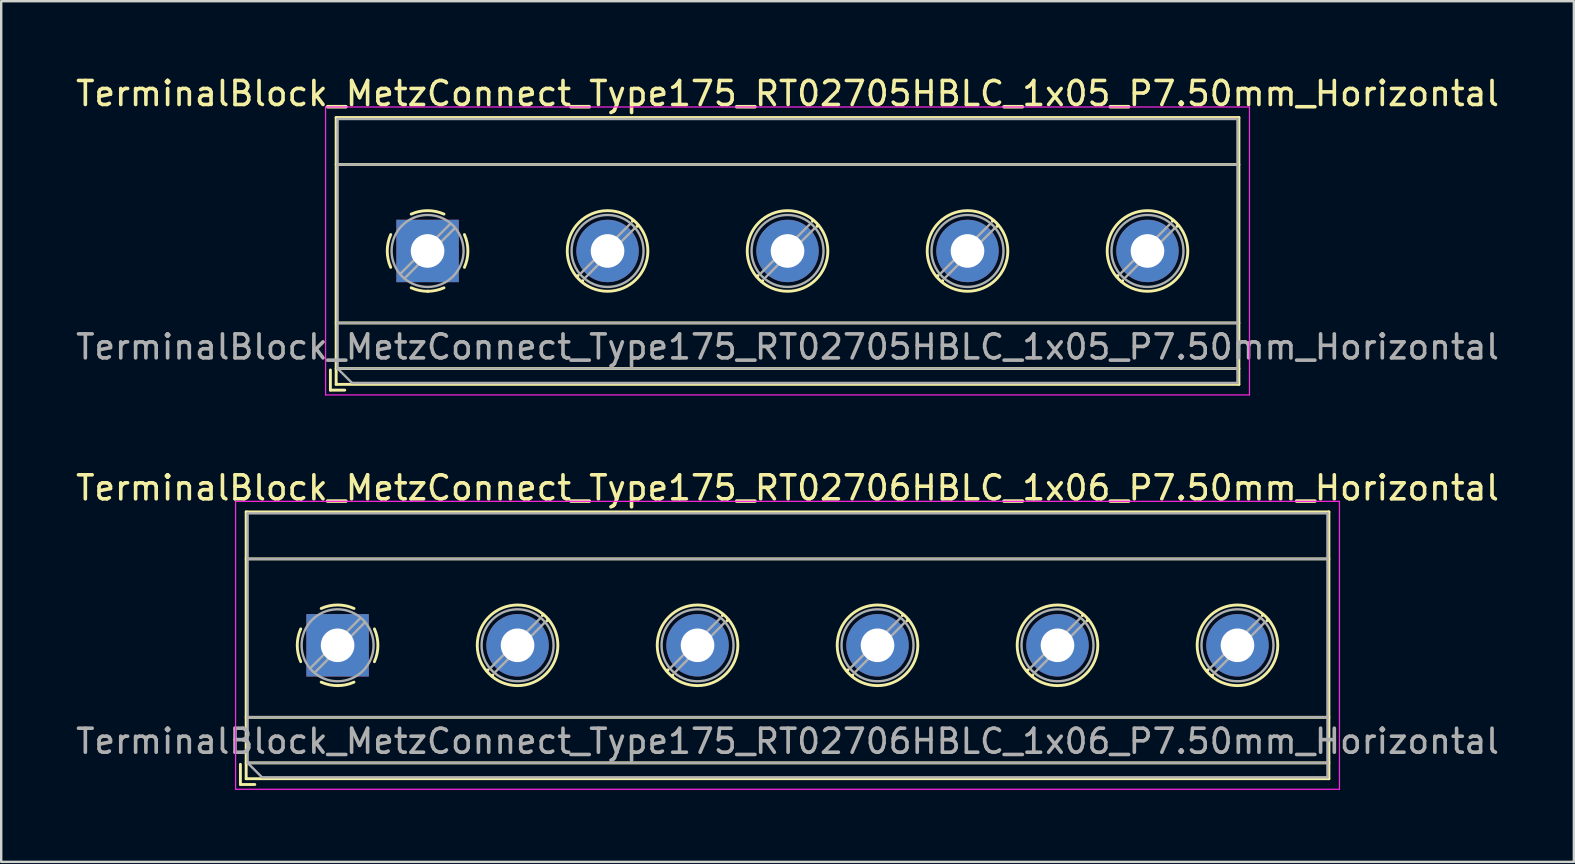
<source format=kicad_pcb>
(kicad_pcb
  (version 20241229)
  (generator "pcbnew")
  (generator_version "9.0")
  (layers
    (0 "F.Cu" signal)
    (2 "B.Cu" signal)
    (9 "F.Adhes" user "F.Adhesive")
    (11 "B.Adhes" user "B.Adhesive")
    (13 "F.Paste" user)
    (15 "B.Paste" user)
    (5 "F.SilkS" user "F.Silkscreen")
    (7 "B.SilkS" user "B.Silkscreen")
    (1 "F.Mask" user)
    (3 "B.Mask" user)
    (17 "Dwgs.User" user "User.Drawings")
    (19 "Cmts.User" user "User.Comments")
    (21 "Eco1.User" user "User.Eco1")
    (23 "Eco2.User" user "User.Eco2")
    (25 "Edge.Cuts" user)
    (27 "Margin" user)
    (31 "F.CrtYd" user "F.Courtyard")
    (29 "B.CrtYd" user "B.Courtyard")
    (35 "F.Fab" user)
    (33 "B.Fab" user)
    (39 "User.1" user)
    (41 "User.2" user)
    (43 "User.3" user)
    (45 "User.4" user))
  (footprint "TerminalBlock_MetzConnect_Type175_RT02705HBLC_1x05_P7.50mm_Horizontal"
    (layer "F.Cu")
    (at 14.768 7.408)
    (property "Reference" "TerminalBlock_MetzConnect_Type175_RT02705HBLC_1x05_P7.50mm_Horizontal" (at 15 -6.56 0) (layer "F.SilkS") (effects (font (size 1 1) (thickness 0.15))))
    (attr through_hole)
    (fp_line (start -4.05 4.96) (end -4.05 5.8) (stroke (width 0.12) (type solid)) (layer "F.SilkS"))
    (fp_line (start -4.05 5.8) (end -3.45 5.8) (stroke (width 0.12) (type solid)) (layer "F.SilkS"))
    (fp_line (start -3.81 -5.56) (end -3.81 5.56) (stroke (width 0.12) (type solid)) (layer "F.SilkS"))
    (fp_line (start -3.81 -5.56) (end 33.81 -5.56) (stroke (width 0.12) (type solid)) (layer "F.SilkS"))
    (fp_line (start -3.81 -3.6) (end 33.81 -3.6) (stroke (width 0.12) (type solid)) (layer "F.SilkS"))
    (fp_line (start -3.81 3) (end 33.81 3) (stroke (width 0.12) (type solid)) (layer "F.SilkS"))
    (fp_line (start -3.81 4.9) (end 33.81 4.9) (stroke (width 0.12) (type solid)) (layer "F.SilkS"))
    (fp_line (start -3.81 5.56) (end 33.81 5.56) (stroke (width 0.12) (type solid)) (layer "F.SilkS"))
    (fp_line (start 6.273 1.023) (end 6.226 1.069) (stroke (width 0.12) (type solid)) (layer "F.SilkS"))
    (fp_line (start 6.466 1.239) (end 6.431 1.274) (stroke (width 0.12) (type solid)) (layer "F.SilkS"))
    (fp_line (start 8.57 -1.275) (end 8.535 -1.239) (stroke (width 0.12) (type solid)) (layer "F.SilkS"))
    (fp_line (start 8.775 -1.069) (end 8.728 -1.023) (stroke (width 0.12) (type solid)) (layer "F.SilkS"))
    (fp_line (start 13.773 1.023) (end 13.726 1.069) (stroke (width 0.12) (type solid)) (layer "F.SilkS"))
    (fp_line (start 13.966 1.239) (end 13.931 1.274) (stroke (width 0.12) (type solid)) (layer "F.SilkS"))
    (fp_line (start 16.07 -1.275) (end 16.035 -1.239) (stroke (width 0.12) (type solid)) (layer "F.SilkS"))
    (fp_line (start 16.275 -1.069) (end 16.228 -1.023) (stroke (width 0.12) (type solid)) (layer "F.SilkS"))
    (fp_line (start 21.273 1.023) (end 21.226 1.069) (stroke (width 0.12) (type solid)) (layer "F.SilkS"))
    (fp_line (start 21.466 1.239) (end 21.431 1.274) (stroke (width 0.12) (type solid)) (layer "F.SilkS"))
    (fp_line (start 23.57 -1.275) (end 23.535 -1.239) (stroke (width 0.12) (type solid)) (layer "F.SilkS"))
    (fp_line (start 23.775 -1.069) (end 23.728 -1.023) (stroke (width 0.12) (type solid)) (layer "F.SilkS"))
    (fp_line (start 28.773 1.023) (end 28.726 1.069) (stroke (width 0.12) (type solid)) (layer "F.SilkS"))
    (fp_line (start 28.966 1.239) (end 28.931 1.274) (stroke (width 0.12) (type solid)) (layer "F.SilkS"))
    (fp_line (start 31.07 -1.275) (end 31.035 -1.239) (stroke (width 0.12) (type solid)) (layer "F.SilkS"))
    (fp_line (start 31.275 -1.069) (end 31.228 -1.023) (stroke (width 0.12) (type solid)) (layer "F.SilkS"))
    (fp_line (start 33.81 -5.56) (end 33.81 5.56) (stroke (width 0.12) (type solid)) (layer "F.SilkS"))
    (fp_arc (start -1.535427 0.683042) (mid -1.680501 -0.000524) (end -1.535 -0.684) (stroke (width 0.12) (type solid)) (layer "F.SilkS"))
    (fp_arc (start -0.683042 -1.535427) (mid 0.000524 -1.680501) (end 0.684 -1.535) (stroke (width 0.12) (type solid)) (layer "F.SilkS"))
    (fp_arc (start 0.028805 1.680253) (mid -0.335551 1.646659) (end -0.684 1.535) (stroke (width 0.12) (type solid)) (layer "F.SilkS"))
    (fp_arc (start 0.683318 1.534756) (mid 0.349292 1.643288) (end 0 1.68) (stroke (width 0.12) (type solid)) (layer "F.SilkS"))
    (fp_arc (start 1.535427 -0.683042) (mid 1.680501 0.000524) (end 1.535 0.684) (stroke (width 0.12) (type solid)) (layer "F.SilkS"))
    (fp_circle (center 7.5 0) (end 9.18 0) (stroke (width 0.12) (type solid)) (fill no) (layer "F.SilkS"))
    (fp_circle (center 15 0) (end 16.68 0) (stroke (width 0.12) (type solid)) (fill no) (layer "F.SilkS"))
    (fp_circle (center 22.5 0) (end 24.18 0) (stroke (width 0.12) (type solid)) (fill no) (layer "F.SilkS"))
    (fp_circle (center 30 0) (end 31.68 0) (stroke (width 0.12) (type solid)) (fill no) (layer "F.SilkS"))
    (fp_line (start -4.25 -6) (end -4.25 6) (stroke (width 0.05) (type solid)) (layer "F.CrtYd"))
    (fp_line (start -4.25 6) (end 34.25 6) (stroke (width 0.05) (type solid)) (layer "F.CrtYd"))
    (fp_line (start 34.25 -6) (end -4.25 -6) (stroke (width 0.05) (type solid)) (layer "F.CrtYd"))
    (fp_line (start 34.25 6) (end 34.25 -6) (stroke (width 0.05) (type solid)) (layer "F.CrtYd"))
    (fp_line (start -3.75 -5.5) (end 33.75 -5.5) (stroke (width 0.1) (type solid)) (layer "F.Fab"))
    (fp_line (start -3.75 -3.6) (end 33.75 -3.6) (stroke (width 0.1) (type solid)) (layer "F.Fab"))
    (fp_line (start -3.75 3) (end 33.75 3) (stroke (width 0.1) (type solid)) (layer "F.Fab"))
    (fp_line (start -3.75 4.9) (end -3.75 -5.5) (stroke (width 0.1) (type solid)) (layer "F.Fab"))
    (fp_line (start -3.75 4.9) (end 33.75 4.9) (stroke (width 0.1) (type solid)) (layer "F.Fab"))
    (fp_line (start -3.15 5.5) (end -3.75 4.9) (stroke (width 0.1) (type solid)) (layer "F.Fab"))
    (fp_line (start 0.955 -1.138) (end -1.138 0.955) (stroke (width 0.1) (type solid)) (layer "F.Fab"))
    (fp_line (start 1.138 -0.955) (end -0.955 1.138) (stroke (width 0.1) (type solid)) (layer "F.Fab"))
    (fp_line (start 8.455 -1.138) (end 6.363 0.955) (stroke (width 0.1) (type solid)) (layer "F.Fab"))
    (fp_line (start 8.638 -0.955) (end 6.546 1.138) (stroke (width 0.1) (type solid)) (layer "F.Fab"))
    (fp_line (start 15.955 -1.138) (end 13.863 0.955) (stroke (width 0.1) (type solid)) (layer "F.Fab"))
    (fp_line (start 16.138 -0.955) (end 14.046 1.138) (stroke (width 0.1) (type solid)) (layer "F.Fab"))
    (fp_line (start 23.455 -1.138) (end 21.363 0.955) (stroke (width 0.1) (type solid)) (layer "F.Fab"))
    (fp_line (start 23.638 -0.955) (end 21.546 1.138) (stroke (width 0.1) (type solid)) (layer "F.Fab"))
    (fp_line (start 30.955 -1.138) (end 28.863 0.955) (stroke (width 0.1) (type solid)) (layer "F.Fab"))
    (fp_line (start 31.138 -0.955) (end 29.046 1.138) (stroke (width 0.1) (type solid)) (layer "F.Fab"))
    (fp_line (start 33.75 -5.5) (end 33.75 5.5) (stroke (width 0.1) (type solid)) (layer "F.Fab"))
    (fp_line (start 33.75 5.5) (end -3.15 5.5) (stroke (width 0.1) (type solid)) (layer "F.Fab"))
    (fp_circle (center 0 0) (end 1.5 0) (stroke (width 0.1) (type solid)) (fill no) (layer "F.Fab"))
    (fp_circle (center 7.5 0) (end 9 0) (stroke (width 0.1) (type solid)) (fill no) (layer "F.Fab"))
    (fp_circle (center 15 0) (end 16.5 0) (stroke (width 0.1) (type solid)) (fill no) (layer "F.Fab"))
    (fp_circle (center 22.5 0) (end 24 0) (stroke (width 0.1) (type solid)) (fill no) (layer "F.Fab"))
    (fp_circle (center 30 0) (end 31.5 0) (stroke (width 0.1) (type solid)) (fill no) (layer "F.Fab"))
    (fp_text user "${REFERENCE}" (at 15 4 0) (layer "F.Fab") (effects (font (size 1 1) (thickness 0.15))))
    (pad "1" thru_hole rect (at 0 0) (size 2.6 2.6) (drill 1.4) (layers "*.Cu" "*.Mask"))
    (pad "2" thru_hole circle (at 7.5 0) (size 2.6 2.6) (drill 1.4) (layers "*.Cu" "*.Mask"))
    (pad "3" thru_hole circle (at 15 0) (size 2.6 2.6) (drill 1.4) (layers "*.Cu" "*.Mask"))
    (pad "4" thru_hole circle (at 22.5 0) (size 2.6 2.6) (drill 1.4) (layers "*.Cu" "*.Mask"))
    (pad "5" thru_hole circle (at 30 0) (size 2.6 2.6) (drill 1.4) (layers "*.Cu" "*.Mask")))
  (footprint "TerminalBlock_MetzConnect_Type175_RT02706HBLC_1x06_P7.50mm_Horizontal"
    (layer "F.Cu")
    (at 11.018 23.841)
    (property "Reference" "TerminalBlock_MetzConnect_Type175_RT02706HBLC_1x06_P7.50mm_Horizontal" (at 18.75 -6.56 0) (layer "F.SilkS") (effects (font (size 1 1) (thickness 0.15))))
    (attr through_hole)
    (fp_line (start -4.05 4.96) (end -4.05 5.8) (stroke (width 0.12) (type solid)) (layer "F.SilkS"))
    (fp_line (start -4.05 5.8) (end -3.45 5.8) (stroke (width 0.12) (type solid)) (layer "F.SilkS"))
    (fp_line (start -3.81 -5.56) (end -3.81 5.56) (stroke (width 0.12) (type solid)) (layer "F.SilkS"))
    (fp_line (start -3.81 -5.56) (end 41.31 -5.56) (stroke (width 0.12) (type solid)) (layer "F.SilkS"))
    (fp_line (start -3.81 -3.6) (end 41.31 -3.6) (stroke (width 0.12) (type solid)) (layer "F.SilkS"))
    (fp_line (start -3.81 3) (end 41.31 3) (stroke (width 0.12) (type solid)) (layer "F.SilkS"))
    (fp_line (start -3.81 4.9) (end 41.31 4.9) (stroke (width 0.12) (type solid)) (layer "F.SilkS"))
    (fp_line (start -3.81 5.56) (end 41.31 5.56) (stroke (width 0.12) (type solid)) (layer "F.SilkS"))
    (fp_line (start 6.273 1.023) (end 6.226 1.069) (stroke (width 0.12) (type solid)) (layer "F.SilkS"))
    (fp_line (start 6.466 1.239) (end 6.431 1.274) (stroke (width 0.12) (type solid)) (layer "F.SilkS"))
    (fp_line (start 8.57 -1.275) (end 8.535 -1.239) (stroke (width 0.12) (type solid)) (layer "F.SilkS"))
    (fp_line (start 8.775 -1.069) (end 8.728 -1.023) (stroke (width 0.12) (type solid)) (layer "F.SilkS"))
    (fp_line (start 13.773 1.023) (end 13.726 1.069) (stroke (width 0.12) (type solid)) (layer "F.SilkS"))
    (fp_line (start 13.966 1.239) (end 13.931 1.274) (stroke (width 0.12) (type solid)) (layer "F.SilkS"))
    (fp_line (start 16.07 -1.275) (end 16.035 -1.239) (stroke (width 0.12) (type solid)) (layer "F.SilkS"))
    (fp_line (start 16.275 -1.069) (end 16.228 -1.023) (stroke (width 0.12) (type solid)) (layer "F.SilkS"))
    (fp_line (start 21.273 1.023) (end 21.226 1.069) (stroke (width 0.12) (type solid)) (layer "F.SilkS"))
    (fp_line (start 21.466 1.239) (end 21.431 1.274) (stroke (width 0.12) (type solid)) (layer "F.SilkS"))
    (fp_line (start 23.57 -1.275) (end 23.535 -1.239) (stroke (width 0.12) (type solid)) (layer "F.SilkS"))
    (fp_line (start 23.775 -1.069) (end 23.728 -1.023) (stroke (width 0.12) (type solid)) (layer "F.SilkS"))
    (fp_line (start 28.773 1.023) (end 28.726 1.069) (stroke (width 0.12) (type solid)) (layer "F.SilkS"))
    (fp_line (start 28.966 1.239) (end 28.931 1.274) (stroke (width 0.12) (type solid)) (layer "F.SilkS"))
    (fp_line (start 31.07 -1.275) (end 31.035 -1.239) (stroke (width 0.12) (type solid)) (layer "F.SilkS"))
    (fp_line (start 31.275 -1.069) (end 31.228 -1.023) (stroke (width 0.12) (type solid)) (layer "F.SilkS"))
    (fp_line (start 36.273 1.023) (end 36.226 1.069) (stroke (width 0.12) (type solid)) (layer "F.SilkS"))
    (fp_line (start 36.466 1.239) (end 36.431 1.274) (stroke (width 0.12) (type solid)) (layer "F.SilkS"))
    (fp_line (start 38.57 -1.275) (end 38.535 -1.239) (stroke (width 0.12) (type solid)) (layer "F.SilkS"))
    (fp_line (start 38.775 -1.069) (end 38.728 -1.023) (stroke (width 0.12) (type solid)) (layer "F.SilkS"))
    (fp_line (start 41.31 -5.56) (end 41.31 5.56) (stroke (width 0.12) (type solid)) (layer "F.SilkS"))
    (fp_arc (start -1.535427 0.683042) (mid -1.680501 -0.000524) (end -1.535 -0.684) (stroke (width 0.12) (type solid)) (layer "F.SilkS"))
    (fp_arc (start -0.683042 -1.535427) (mid 0.000524 -1.680501) (end 0.684 -1.535) (stroke (width 0.12) (type solid)) (layer "F.SilkS"))
    (fp_arc (start 0.028805 1.680253) (mid -0.335551 1.646659) (end -0.684 1.535) (stroke (width 0.12) (type solid)) (layer "F.SilkS"))
    (fp_arc (start 0.683318 1.534756) (mid 0.349292 1.643288) (end 0 1.68) (stroke (width 0.12) (type solid)) (layer "F.SilkS"))
    (fp_arc (start 1.535427 -0.683042) (mid 1.680501 0.000524) (end 1.535 0.684) (stroke (width 0.12) (type solid)) (layer "F.SilkS"))
    (fp_circle (center 7.5 0) (end 9.18 0) (stroke (width 0.12) (type solid)) (fill no) (layer "F.SilkS"))
    (fp_circle (center 15 0) (end 16.68 0) (stroke (width 0.12) (type solid)) (fill no) (layer "F.SilkS"))
    (fp_circle (center 22.5 0) (end 24.18 0) (stroke (width 0.12) (type solid)) (fill no) (layer "F.SilkS"))
    (fp_circle (center 30 0) (end 31.68 0) (stroke (width 0.12) (type solid)) (fill no) (layer "F.SilkS"))
    (fp_circle (center 37.5 0) (end 39.18 0) (stroke (width 0.12) (type solid)) (fill no) (layer "F.SilkS"))
    (fp_line (start -4.25 -6) (end -4.25 6) (stroke (width 0.05) (type solid)) (layer "F.CrtYd"))
    (fp_line (start -4.25 6) (end 41.75 6) (stroke (width 0.05) (type solid)) (layer "F.CrtYd"))
    (fp_line (start 41.75 -6) (end -4.25 -6) (stroke (width 0.05) (type solid)) (layer "F.CrtYd"))
    (fp_line (start 41.75 6) (end 41.75 -6) (stroke (width 0.05) (type solid)) (layer "F.CrtYd"))
    (fp_line (start -3.75 -5.5) (end 41.25 -5.5) (stroke (width 0.1) (type solid)) (layer "F.Fab"))
    (fp_line (start -3.75 -3.6) (end 41.25 -3.6) (stroke (width 0.1) (type solid)) (layer "F.Fab"))
    (fp_line (start -3.75 3) (end 41.25 3) (stroke (width 0.1) (type solid)) (layer "F.Fab"))
    (fp_line (start -3.75 4.9) (end -3.75 -5.5) (stroke (width 0.1) (type solid)) (layer "F.Fab"))
    (fp_line (start -3.75 4.9) (end 41.25 4.9) (stroke (width 0.1) (type solid)) (layer "F.Fab"))
    (fp_line (start -3.15 5.5) (end -3.75 4.9) (stroke (width 0.1) (type solid)) (layer "F.Fab"))
    (fp_line (start 0.955 -1.138) (end -1.138 0.955) (stroke (width 0.1) (type solid)) (layer "F.Fab"))
    (fp_line (start 1.138 -0.955) (end -0.955 1.138) (stroke (width 0.1) (type solid)) (layer "F.Fab"))
    (fp_line (start 8.455 -1.138) (end 6.363 0.955) (stroke (width 0.1) (type solid)) (layer "F.Fab"))
    (fp_line (start 8.638 -0.955) (end 6.546 1.138) (stroke (width 0.1) (type solid)) (layer "F.Fab"))
    (fp_line (start 15.955 -1.138) (end 13.863 0.955) (stroke (width 0.1) (type solid)) (layer "F.Fab"))
    (fp_line (start 16.138 -0.955) (end 14.046 1.138) (stroke (width 0.1) (type solid)) (layer "F.Fab"))
    (fp_line (start 23.455 -1.138) (end 21.363 0.955) (stroke (width 0.1) (type solid)) (layer "F.Fab"))
    (fp_line (start 23.638 -0.955) (end 21.546 1.138) (stroke (width 0.1) (type solid)) (layer "F.Fab"))
    (fp_line (start 30.955 -1.138) (end 28.863 0.955) (stroke (width 0.1) (type solid)) (layer "F.Fab"))
    (fp_line (start 31.138 -0.955) (end 29.046 1.138) (stroke (width 0.1) (type solid)) (layer "F.Fab"))
    (fp_line (start 38.455 -1.138) (end 36.363 0.955) (stroke (width 0.1) (type solid)) (layer "F.Fab"))
    (fp_line (start 38.638 -0.955) (end 36.546 1.138) (stroke (width 0.1) (type solid)) (layer "F.Fab"))
    (fp_line (start 41.25 -5.5) (end 41.25 5.5) (stroke (width 0.1) (type solid)) (layer "F.Fab"))
    (fp_line (start 41.25 5.5) (end -3.15 5.5) (stroke (width 0.1) (type solid)) (layer "F.Fab"))
    (fp_circle (center 0 0) (end 1.5 0) (stroke (width 0.1) (type solid)) (fill no) (layer "F.Fab"))
    (fp_circle (center 7.5 0) (end 9 0) (stroke (width 0.1) (type solid)) (fill no) (layer "F.Fab"))
    (fp_circle (center 15 0) (end 16.5 0) (stroke (width 0.1) (type solid)) (fill no) (layer "F.Fab"))
    (fp_circle (center 22.5 0) (end 24 0) (stroke (width 0.1) (type solid)) (fill no) (layer "F.Fab"))
    (fp_circle (center 30 0) (end 31.5 0) (stroke (width 0.1) (type solid)) (fill no) (layer "F.Fab"))
    (fp_circle (center 37.5 0) (end 39 0) (stroke (width 0.1) (type solid)) (fill no) (layer "F.Fab"))
    (fp_text user "${REFERENCE}" (at 18.75 4 0) (layer "F.Fab") (effects (font (size 1 1) (thickness 0.15))))
    (pad "1" thru_hole rect (at 0 0) (size 2.6 2.6) (drill 1.4) (layers "*.Cu" "*.Mask"))
    (pad "2" thru_hole circle (at 7.5 0) (size 2.6 2.6) (drill 1.4) (layers "*.Cu" "*.Mask"))
    (pad "3" thru_hole circle (at 15 0) (size 2.6 2.6) (drill 1.4) (layers "*.Cu" "*.Mask"))
    (pad "4" thru_hole circle (at 22.5 0) (size 2.6 2.6) (drill 1.4) (layers "*.Cu" "*.Mask"))
    (pad "5" thru_hole circle (at 30 0) (size 2.6 2.6) (drill 1.4) (layers "*.Cu" "*.Mask"))
    (pad "6" thru_hole circle (at 37.5 0) (size 2.6 2.6) (drill 1.4) (layers "*.Cu" "*.Mask")))
  (gr_rect
    (start -3 -3)
    (end 62.536 32.867)
    (stroke (width 0.1) (type default))
    (fill no)
    (layer "Edge.Cuts")))
</source>
